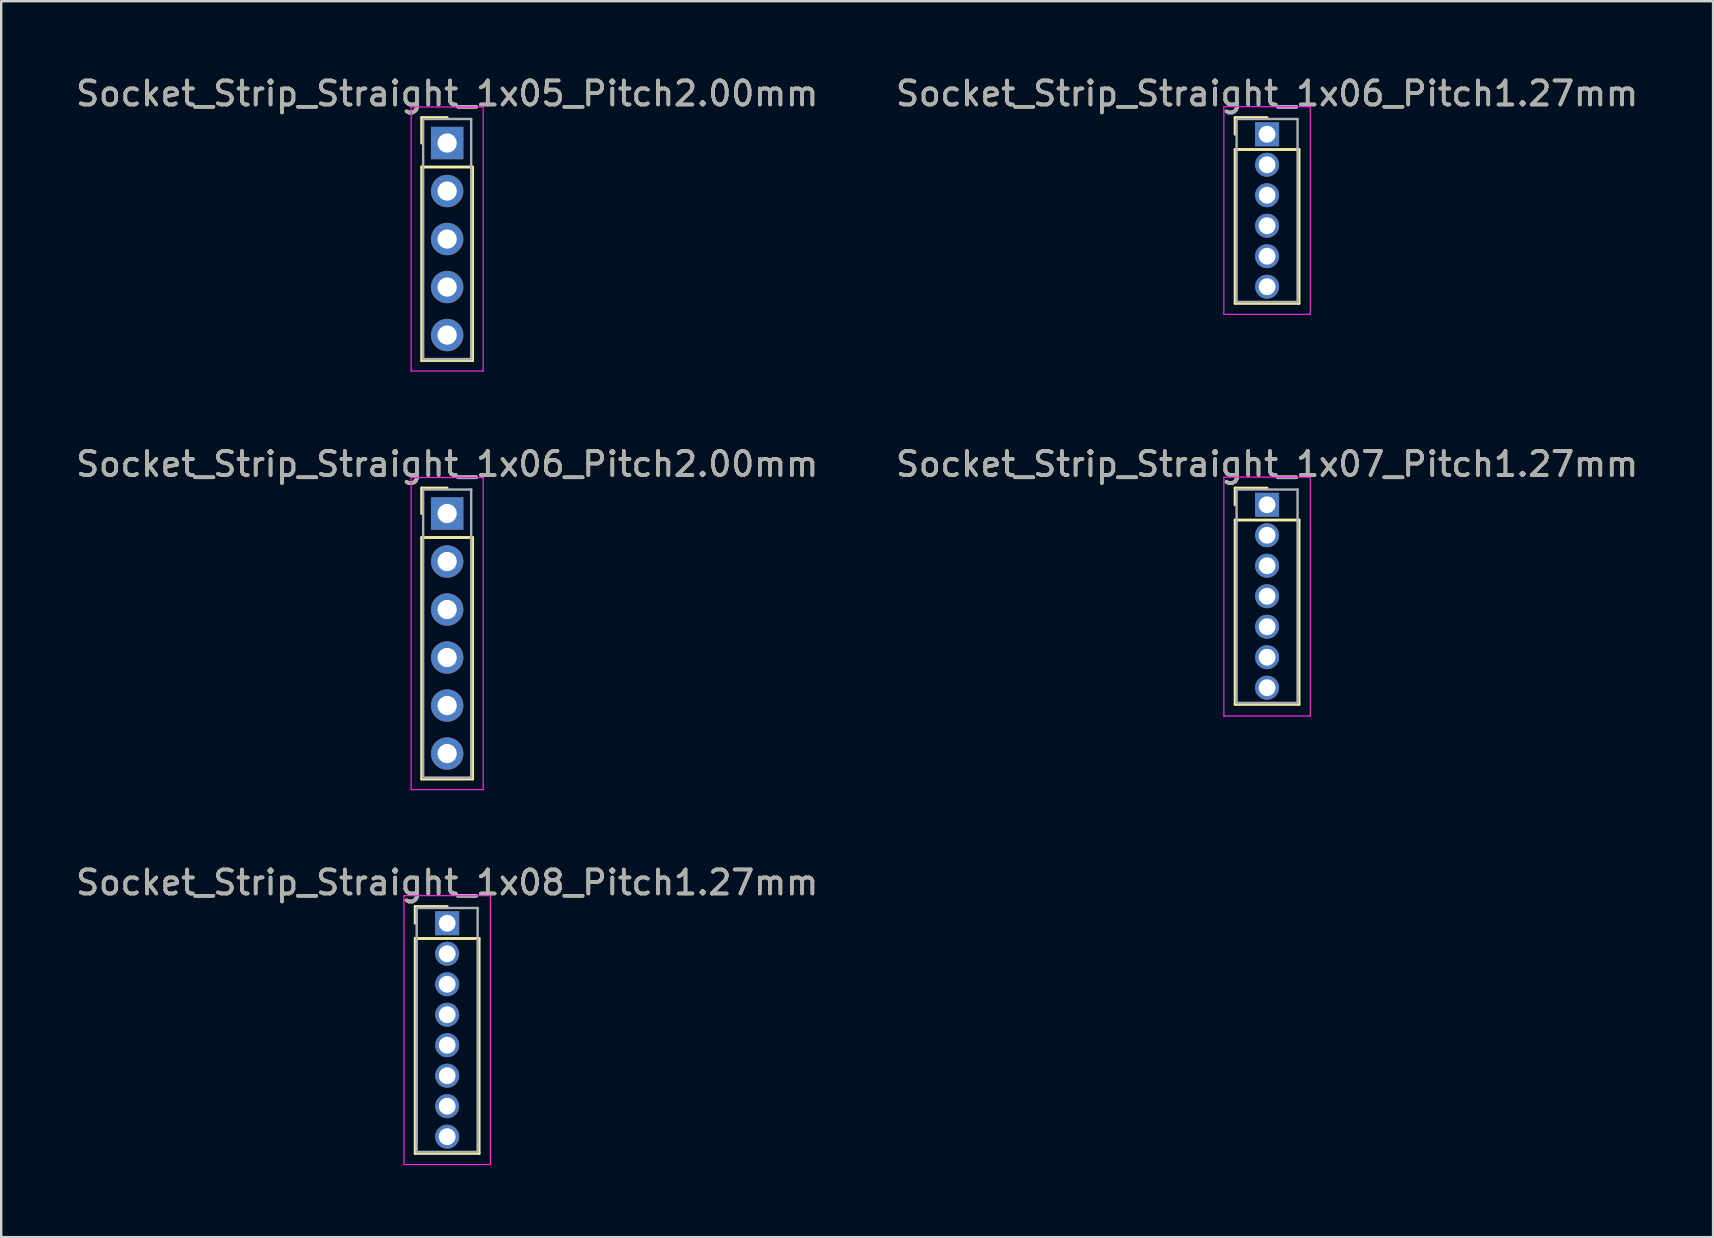
<source format=kicad_pcb>
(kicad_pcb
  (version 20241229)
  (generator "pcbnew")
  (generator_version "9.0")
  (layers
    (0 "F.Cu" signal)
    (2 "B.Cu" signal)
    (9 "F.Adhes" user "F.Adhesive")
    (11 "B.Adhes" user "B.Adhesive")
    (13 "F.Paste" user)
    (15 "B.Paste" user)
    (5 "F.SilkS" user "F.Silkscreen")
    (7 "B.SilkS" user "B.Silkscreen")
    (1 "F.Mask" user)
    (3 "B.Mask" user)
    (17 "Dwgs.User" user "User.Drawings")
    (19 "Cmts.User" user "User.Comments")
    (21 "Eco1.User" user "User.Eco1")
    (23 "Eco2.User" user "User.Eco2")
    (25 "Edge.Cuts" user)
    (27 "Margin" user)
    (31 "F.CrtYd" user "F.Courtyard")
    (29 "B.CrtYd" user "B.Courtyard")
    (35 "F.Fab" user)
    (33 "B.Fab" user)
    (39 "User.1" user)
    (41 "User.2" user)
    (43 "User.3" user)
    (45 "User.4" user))
  (footprint "Socket_Strip_Straight_1x08_Pitch1.27mm"
    (layer "F.Cu")
    (at 15.577 35.41)
    (property "Reference" "Socket_Strip_Straight_1x08_Pitch1.27mm" (at 0 -1.695 0) (layer "F.SilkS") (effects (font (size 1 1) (thickness 0.15))))
    (attr through_hole)
    (fp_line (start -1.33 -0.695) (end 0 -0.695) (stroke (width 0.12) (type solid)) (layer "F.SilkS"))
    (fp_line (start -1.33 0) (end -1.33 -0.695) (stroke (width 0.12) (type solid)) (layer "F.SilkS"))
    (fp_line (start -1.33 0.635) (end -1.33 9.585) (stroke (width 0.12) (type solid)) (layer "F.SilkS"))
    (fp_line (start -1.33 9.585) (end 1.33 9.585) (stroke (width 0.12) (type solid)) (layer "F.SilkS"))
    (fp_line (start 1.33 0.635) (end -1.33 0.635) (stroke (width 0.12) (type solid)) (layer "F.SilkS"))
    (fp_line (start 1.33 9.585) (end 1.33 0.635) (stroke (width 0.12) (type solid)) (layer "F.SilkS"))
    (fp_line (start -1.8 -1.15) (end -1.8 10.05) (stroke (width 0.05) (type solid)) (layer "F.CrtYd"))
    (fp_line (start -1.8 10.05) (end 1.8 10.05) (stroke (width 0.05) (type solid)) (layer "F.CrtYd"))
    (fp_line (start 1.8 -1.15) (end -1.8 -1.15) (stroke (width 0.05) (type solid)) (layer "F.CrtYd"))
    (fp_line (start 1.8 10.05) (end 1.8 -1.15) (stroke (width 0.05) (type solid)) (layer "F.CrtYd"))
    (fp_line (start -1.27 -0.635) (end -1.27 9.525) (stroke (width 0.1) (type solid)) (layer "F.Fab"))
    (fp_line (start -1.27 9.525) (end 1.27 9.525) (stroke (width 0.1) (type solid)) (layer "F.Fab"))
    (fp_line (start 1.27 -0.635) (end -1.27 -0.635) (stroke (width 0.1) (type solid)) (layer "F.Fab"))
    (fp_line (start 1.27 9.525) (end 1.27 -0.635) (stroke (width 0.1) (type solid)) (layer "F.Fab"))
    (fp_text user "${REFERENCE}" (at 0 -1.695 0) (layer "F.Fab") (effects (font (size 1 1) (thickness 0.15))))
    (pad "1" thru_hole rect (at 0 0) (size 1 1) (drill 0.7) (layers "*.Cu" "*.Mask"))
    (pad "2" thru_hole oval (at 0 1.27) (size 1 1) (drill 0.7) (layers "*.Cu" "*.Mask"))
    (pad "3" thru_hole oval (at 0 2.54) (size 1 1) (drill 0.7) (layers "*.Cu" "*.Mask"))
    (pad "4" thru_hole oval (at 0 3.81) (size 1 1) (drill 0.7) (layers "*.Cu" "*.Mask"))
    (pad "5" thru_hole oval (at 0 5.08) (size 1 1) (drill 0.7) (layers "*.Cu" "*.Mask"))
    (pad "6" thru_hole oval (at 0 6.35) (size 1 1) (drill 0.7) (layers "*.Cu" "*.Mask"))
    (pad "7" thru_hole oval (at 0 7.62) (size 1 1) (drill 0.7) (layers "*.Cu" "*.Mask"))
    (pad "8" thru_hole oval (at 0 8.89) (size 1 1) (drill 0.7) (layers "*.Cu" "*.Mask")))
  (footprint "Socket_Strip_Straight_1x06_Pitch2.00mm"
    (layer "F.Cu")
    (at 15.577 18.341)
    (property "Reference" "Socket_Strip_Straight_1x06_Pitch2.00mm" (at 0 -2.06 0) (layer "F.SilkS") (effects (font (size 1 1) (thickness 0.15))))
    (attr through_hole)
    (fp_line (start -1.06 -1.06) (end 0 -1.06) (stroke (width 0.12) (type solid)) (layer "F.SilkS"))
    (fp_line (start -1.06 0) (end -1.06 -1.06) (stroke (width 0.12) (type solid)) (layer "F.SilkS"))
    (fp_line (start -1.06 1) (end -1.06 11.06) (stroke (width 0.12) (type solid)) (layer "F.SilkS"))
    (fp_line (start -1.06 11.06) (end 1.06 11.06) (stroke (width 0.12) (type solid)) (layer "F.SilkS"))
    (fp_line (start 1.06 1) (end -1.06 1) (stroke (width 0.12) (type solid)) (layer "F.SilkS"))
    (fp_line (start 1.06 11.06) (end 1.06 1) (stroke (width 0.12) (type solid)) (layer "F.SilkS"))
    (fp_line (start -1.5 -1.5) (end -1.5 11.5) (stroke (width 0.05) (type solid)) (layer "F.CrtYd"))
    (fp_line (start -1.5 11.5) (end 1.5 11.5) (stroke (width 0.05) (type solid)) (layer "F.CrtYd"))
    (fp_line (start 1.5 -1.5) (end -1.5 -1.5) (stroke (width 0.05) (type solid)) (layer "F.CrtYd"))
    (fp_line (start 1.5 11.5) (end 1.5 -1.5) (stroke (width 0.05) (type solid)) (layer "F.CrtYd"))
    (fp_line (start -1 -1) (end -1 11) (stroke (width 0.1) (type solid)) (layer "F.Fab"))
    (fp_line (start -1 11) (end 1 11) (stroke (width 0.1) (type solid)) (layer "F.Fab"))
    (fp_line (start 1 -1) (end -1 -1) (stroke (width 0.1) (type solid)) (layer "F.Fab"))
    (fp_line (start 1 11) (end 1 -1) (stroke (width 0.1) (type solid)) (layer "F.Fab"))
    (fp_text user "${REFERENCE}" (at 0 -2.06 0) (layer "F.Fab") (effects (font (size 1 1) (thickness 0.15))))
    (pad "1" thru_hole rect (at 0 0) (size 1.35 1.35) (drill 0.8) (layers "*.Cu" "*.Mask"))
    (pad "2" thru_hole oval (at 0 2) (size 1.35 1.35) (drill 0.8) (layers "*.Cu" "*.Mask"))
    (pad "3" thru_hole oval (at 0 4) (size 1.35 1.35) (drill 0.8) (layers "*.Cu" "*.Mask"))
    (pad "4" thru_hole oval (at 0 6) (size 1.35 1.35) (drill 0.8) (layers "*.Cu" "*.Mask"))
    (pad "5" thru_hole oval (at 0 8) (size 1.35 1.35) (drill 0.8) (layers "*.Cu" "*.Mask"))
    (pad "6" thru_hole oval (at 0 10) (size 1.35 1.35) (drill 0.8) (layers "*.Cu" "*.Mask")))
  (footprint "Socket_Strip_Straight_1x07_Pitch1.27mm"
    (layer "F.Cu")
    (at 49.732 17.977)
    (property "Reference" "Socket_Strip_Straight_1x07_Pitch1.27mm" (at 0 -1.695 0) (layer "F.SilkS") (effects (font (size 1 1) (thickness 0.15))))
    (attr through_hole)
    (fp_line (start -1.33 -0.695) (end 0 -0.695) (stroke (width 0.12) (type solid)) (layer "F.SilkS"))
    (fp_line (start -1.33 0) (end -1.33 -0.695) (stroke (width 0.12) (type solid)) (layer "F.SilkS"))
    (fp_line (start -1.33 0.635) (end -1.33 8.315) (stroke (width 0.12) (type solid)) (layer "F.SilkS"))
    (fp_line (start -1.33 8.315) (end 1.33 8.315) (stroke (width 0.12) (type solid)) (layer "F.SilkS"))
    (fp_line (start 1.33 0.635) (end -1.33 0.635) (stroke (width 0.12) (type solid)) (layer "F.SilkS"))
    (fp_line (start 1.33 8.315) (end 1.33 0.635) (stroke (width 0.12) (type solid)) (layer "F.SilkS"))
    (fp_line (start -1.8 -1.15) (end -1.8 8.8) (stroke (width 0.05) (type solid)) (layer "F.CrtYd"))
    (fp_line (start -1.8 8.8) (end 1.8 8.8) (stroke (width 0.05) (type solid)) (layer "F.CrtYd"))
    (fp_line (start 1.8 -1.15) (end -1.8 -1.15) (stroke (width 0.05) (type solid)) (layer "F.CrtYd"))
    (fp_line (start 1.8 8.8) (end 1.8 -1.15) (stroke (width 0.05) (type solid)) (layer "F.CrtYd"))
    (fp_line (start -1.27 -0.635) (end -1.27 8.255) (stroke (width 0.1) (type solid)) (layer "F.Fab"))
    (fp_line (start -1.27 8.255) (end 1.27 8.255) (stroke (width 0.1) (type solid)) (layer "F.Fab"))
    (fp_line (start 1.27 -0.635) (end -1.27 -0.635) (stroke (width 0.1) (type solid)) (layer "F.Fab"))
    (fp_line (start 1.27 8.255) (end 1.27 -0.635) (stroke (width 0.1) (type solid)) (layer "F.Fab"))
    (fp_text user "${REFERENCE}" (at 0 -1.695 0) (layer "F.Fab") (effects (font (size 1 1) (thickness 0.15))))
    (pad "1" thru_hole rect (at 0 0) (size 1 1) (drill 0.7) (layers "*.Cu" "*.Mask"))
    (pad "2" thru_hole oval (at 0 1.27) (size 1 1) (drill 0.7) (layers "*.Cu" "*.Mask"))
    (pad "3" thru_hole oval (at 0 2.54) (size 1 1) (drill 0.7) (layers "*.Cu" "*.Mask"))
    (pad "4" thru_hole oval (at 0 3.81) (size 1 1) (drill 0.7) (layers "*.Cu" "*.Mask"))
    (pad "5" thru_hole oval (at 0 5.08) (size 1 1) (drill 0.7) (layers "*.Cu" "*.Mask"))
    (pad "6" thru_hole oval (at 0 6.35) (size 1 1) (drill 0.7) (layers "*.Cu" "*.Mask"))
    (pad "7" thru_hole oval (at 0 7.62) (size 1 1) (drill 0.7) (layers "*.Cu" "*.Mask")))
  (footprint "Socket_Strip_Straight_1x05_Pitch2.00mm"
    (layer "F.Cu")
    (at 15.577 2.908)
    (property "Reference" "Socket_Strip_Straight_1x05_Pitch2.00mm" (at 0 -2.06 0) (layer "F.SilkS") (effects (font (size 1 1) (thickness 0.15))))
    (attr through_hole)
    (fp_line (start -1.06 -1.06) (end 0 -1.06) (stroke (width 0.12) (type solid)) (layer "F.SilkS"))
    (fp_line (start -1.06 0) (end -1.06 -1.06) (stroke (width 0.12) (type solid)) (layer "F.SilkS"))
    (fp_line (start -1.06 1) (end -1.06 9.06) (stroke (width 0.12) (type solid)) (layer "F.SilkS"))
    (fp_line (start -1.06 9.06) (end 1.06 9.06) (stroke (width 0.12) (type solid)) (layer "F.SilkS"))
    (fp_line (start 1.06 1) (end -1.06 1) (stroke (width 0.12) (type solid)) (layer "F.SilkS"))
    (fp_line (start 1.06 9.06) (end 1.06 1) (stroke (width 0.12) (type solid)) (layer "F.SilkS"))
    (fp_line (start -1.5 -1.5) (end -1.5 9.5) (stroke (width 0.05) (type solid)) (layer "F.CrtYd"))
    (fp_line (start -1.5 9.5) (end 1.5 9.5) (stroke (width 0.05) (type solid)) (layer "F.CrtYd"))
    (fp_line (start 1.5 -1.5) (end -1.5 -1.5) (stroke (width 0.05) (type solid)) (layer "F.CrtYd"))
    (fp_line (start 1.5 9.5) (end 1.5 -1.5) (stroke (width 0.05) (type solid)) (layer "F.CrtYd"))
    (fp_line (start -1 -1) (end -1 9) (stroke (width 0.1) (type solid)) (layer "F.Fab"))
    (fp_line (start -1 9) (end 1 9) (stroke (width 0.1) (type solid)) (layer "F.Fab"))
    (fp_line (start 1 -1) (end -1 -1) (stroke (width 0.1) (type solid)) (layer "F.Fab"))
    (fp_line (start 1 9) (end 1 -1) (stroke (width 0.1) (type solid)) (layer "F.Fab"))
    (fp_text user "${REFERENCE}" (at 0 -2.06 0) (layer "F.Fab") (effects (font (size 1 1) (thickness 0.15))))
    (pad "1" thru_hole rect (at 0 0) (size 1.35 1.35) (drill 0.8) (layers "*.Cu" "*.Mask"))
    (pad "2" thru_hole oval (at 0 2) (size 1.35 1.35) (drill 0.8) (layers "*.Cu" "*.Mask"))
    (pad "3" thru_hole oval (at 0 4) (size 1.35 1.35) (drill 0.8) (layers "*.Cu" "*.Mask"))
    (pad "4" thru_hole oval (at 0 6) (size 1.35 1.35) (drill 0.8) (layers "*.Cu" "*.Mask"))
    (pad "5" thru_hole oval (at 0 8) (size 1.35 1.35) (drill 0.8) (layers "*.Cu" "*.Mask")))
  (footprint "Socket_Strip_Straight_1x06_Pitch1.27mm"
    (layer "F.Cu")
    (at 49.732 2.543)
    (property "Reference" "Socket_Strip_Straight_1x06_Pitch1.27mm" (at 0 -1.695 0) (layer "F.SilkS") (effects (font (size 1 1) (thickness 0.15))))
    (attr through_hole)
    (fp_line (start -1.33 -0.695) (end 0 -0.695) (stroke (width 0.12) (type solid)) (layer "F.SilkS"))
    (fp_line (start -1.33 0) (end -1.33 -0.695) (stroke (width 0.12) (type solid)) (layer "F.SilkS"))
    (fp_line (start -1.33 0.635) (end -1.33 7.045) (stroke (width 0.12) (type solid)) (layer "F.SilkS"))
    (fp_line (start -1.33 7.045) (end 1.33 7.045) (stroke (width 0.12) (type solid)) (layer "F.SilkS"))
    (fp_line (start 1.33 0.635) (end -1.33 0.635) (stroke (width 0.12) (type solid)) (layer "F.SilkS"))
    (fp_line (start 1.33 7.045) (end 1.33 0.635) (stroke (width 0.12) (type solid)) (layer "F.SilkS"))
    (fp_line (start -1.8 -1.15) (end -1.8 7.5) (stroke (width 0.05) (type solid)) (layer "F.CrtYd"))
    (fp_line (start -1.8 7.5) (end 1.8 7.5) (stroke (width 0.05) (type solid)) (layer "F.CrtYd"))
    (fp_line (start 1.8 -1.15) (end -1.8 -1.15) (stroke (width 0.05) (type solid)) (layer "F.CrtYd"))
    (fp_line (start 1.8 7.5) (end 1.8 -1.15) (stroke (width 0.05) (type solid)) (layer "F.CrtYd"))
    (fp_line (start -1.27 -0.635) (end -1.27 6.985) (stroke (width 0.1) (type solid)) (layer "F.Fab"))
    (fp_line (start -1.27 6.985) (end 1.27 6.985) (stroke (width 0.1) (type solid)) (layer "F.Fab"))
    (fp_line (start 1.27 -0.635) (end -1.27 -0.635) (stroke (width 0.1) (type solid)) (layer "F.Fab"))
    (fp_line (start 1.27 6.985) (end 1.27 -0.635) (stroke (width 0.1) (type solid)) (layer "F.Fab"))
    (fp_text user "${REFERENCE}" (at 0 -1.695 0) (layer "F.Fab") (effects (font (size 1 1) (thickness 0.15))))
    (pad "1" thru_hole rect (at 0 0) (size 1 1) (drill 0.7) (layers "*.Cu" "*.Mask"))
    (pad "2" thru_hole oval (at 0 1.27) (size 1 1) (drill 0.7) (layers "*.Cu" "*.Mask"))
    (pad "3" thru_hole oval (at 0 2.54) (size 1 1) (drill 0.7) (layers "*.Cu" "*.Mask"))
    (pad "4" thru_hole oval (at 0 3.81) (size 1 1) (drill 0.7) (layers "*.Cu" "*.Mask"))
    (pad "5" thru_hole oval (at 0 5.08) (size 1 1) (drill 0.7) (layers "*.Cu" "*.Mask"))
    (pad "6" thru_hole oval (at 0 6.35) (size 1 1) (drill 0.7) (layers "*.Cu" "*.Mask")))
  (gr_rect
    (start -3 -3)
    (end 68.31 48.485)
    (stroke (width 0.1) (type default))
    (fill no)
    (layer "Edge.Cuts")))
</source>
